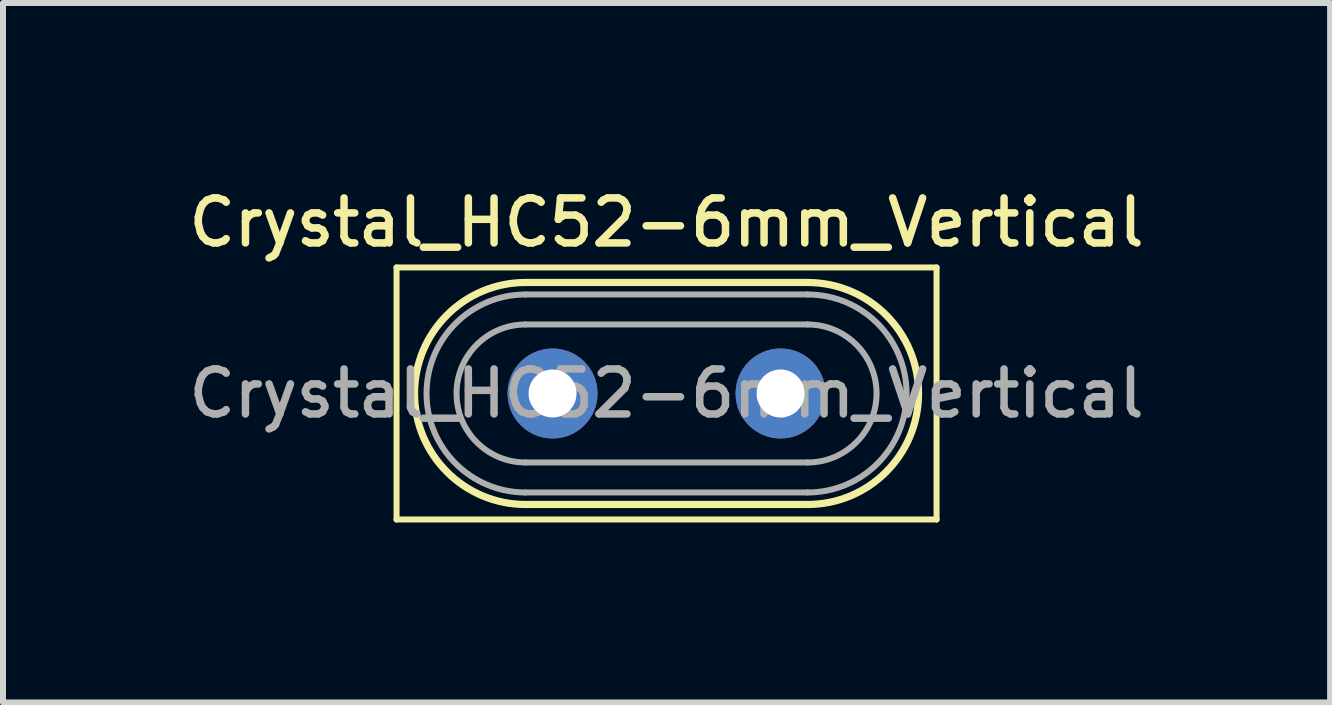
<source format=kicad_pcb>
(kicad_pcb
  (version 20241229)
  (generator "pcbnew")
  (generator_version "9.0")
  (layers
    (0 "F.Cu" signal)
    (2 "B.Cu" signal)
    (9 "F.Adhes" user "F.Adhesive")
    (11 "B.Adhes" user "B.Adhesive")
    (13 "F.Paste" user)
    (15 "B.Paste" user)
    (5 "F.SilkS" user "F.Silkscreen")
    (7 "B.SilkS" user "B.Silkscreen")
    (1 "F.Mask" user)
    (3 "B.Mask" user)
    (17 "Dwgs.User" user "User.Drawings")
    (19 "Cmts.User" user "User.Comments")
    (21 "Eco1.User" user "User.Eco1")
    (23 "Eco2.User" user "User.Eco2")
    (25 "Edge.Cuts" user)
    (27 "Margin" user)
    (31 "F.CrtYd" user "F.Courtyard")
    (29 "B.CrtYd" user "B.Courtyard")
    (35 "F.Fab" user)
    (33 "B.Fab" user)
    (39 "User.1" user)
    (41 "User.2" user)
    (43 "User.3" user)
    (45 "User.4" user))
  (footprint "Crystal_HC52-6mm_Vertical"
    (layer "F.Cu")
    (at 6.159 3.508)
    (property "Reference" "Crystal_HC52-6mm_Vertical" (at 1.9 -2.85 0) (layer "F.SilkS") (effects (font (size 0.75 0.75) (thickness 0.125))))
    (attr through_hole)
    (fp_line (start -2.6 -2.1) (end -2.6 2.1) (stroke (width 0.1) (type solid)) (layer "F.SilkS"))
    (fp_line (start -2.6 2.1) (end 6.4 2.1) (stroke (width 0.1) (type solid)) (layer "F.SilkS"))
    (fp_line (start -0.45 -1.85) (end 4.25 -1.85) (stroke (width 0.12) (type solid)) (layer "F.SilkS"))
    (fp_line (start -0.45 1.85) (end 4.25 1.85) (stroke (width 0.12) (type solid)) (layer "F.SilkS"))
    (fp_line (start 6.4 -2.1) (end -2.6 -2.1) (stroke (width 0.1) (type solid)) (layer "F.SilkS"))
    (fp_line (start 6.4 2.1) (end 6.4 -2.1) (stroke (width 0.1) (type solid)) (layer "F.SilkS"))
    (fp_arc (start -0.45 1.85) (mid -2.3 0) (end -0.45 -1.85) (stroke (width 0.12) (type solid)) (layer "F.SilkS"))
    (fp_arc (start 4.25 -1.85) (mid 6.1 0) (end 4.25 1.85) (stroke (width 0.12) (type solid)) (layer "F.SilkS"))
    (fp_line (start -0.45 -1.65) (end 4.25 -1.65) (stroke (width 0.1) (type solid)) (layer "F.Fab"))
    (fp_line (start -0.45 -1.15) (end 4.25 -1.15) (stroke (width 0.1) (type solid)) (layer "F.Fab"))
    (fp_line (start -0.45 1.15) (end 4.25 1.15) (stroke (width 0.1) (type solid)) (layer "F.Fab"))
    (fp_line (start -0.45 1.65) (end 4.25 1.65) (stroke (width 0.1) (type solid)) (layer "F.Fab"))
    (fp_arc (start -0.45 1.15) (mid -1.6 0) (end -0.45 -1.15) (stroke (width 0.1) (type solid)) (layer "F.Fab"))
    (fp_arc (start -0.45 1.65) (mid -2.1 0) (end -0.45 -1.65) (stroke (width 0.1) (type solid)) (layer "F.Fab"))
    (fp_arc (start 4.25 -1.65) (mid 5.9 0) (end 4.25 1.65) (stroke (width 0.1) (type solid)) (layer "F.Fab"))
    (fp_arc (start 4.25 -1.15) (mid 5.4 0) (end 4.25 1.15) (stroke (width 0.1) (type solid)) (layer "F.Fab"))
    (fp_text user "${REFERENCE}" (at 1.9 0 0) (layer "F.Fab") (effects (font (size 0.75 0.75) (thickness 0.125))))
    (pad "1" thru_hole circle (at 0 0) (size 1.5 1.5) (drill 0.8) (layers "*.Cu" "*.Mask"))
    (pad "2" thru_hole circle (at 3.8 0) (size 1.5 1.5) (drill 0.8) (layers "*.Cu" "*.Mask")))
  (gr_rect
    (start -3 -3)
    (end 19.118 8.658)
    (stroke (width 0.1) (type default))
    (fill no)
    (layer "Edge.Cuts")))
</source>
